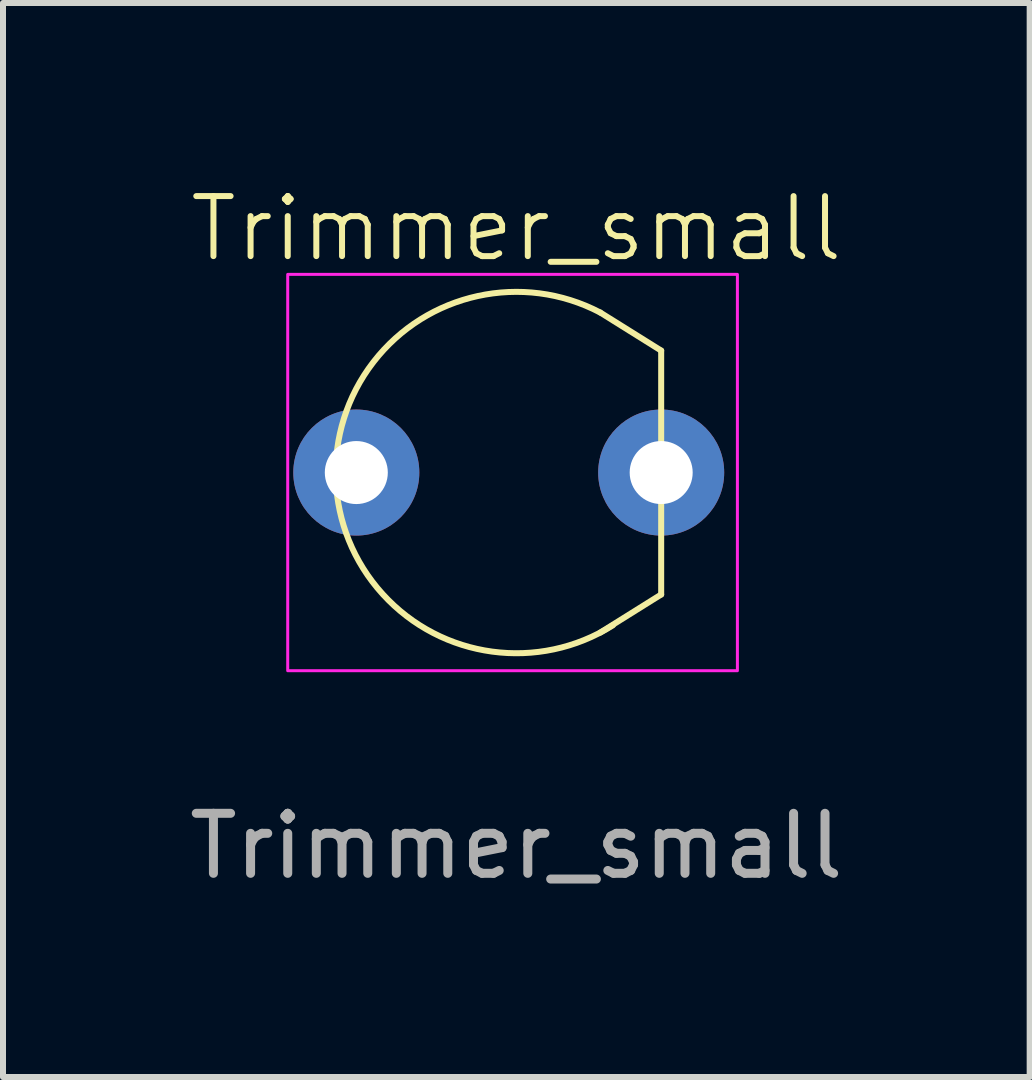
<source format=kicad_pcb>
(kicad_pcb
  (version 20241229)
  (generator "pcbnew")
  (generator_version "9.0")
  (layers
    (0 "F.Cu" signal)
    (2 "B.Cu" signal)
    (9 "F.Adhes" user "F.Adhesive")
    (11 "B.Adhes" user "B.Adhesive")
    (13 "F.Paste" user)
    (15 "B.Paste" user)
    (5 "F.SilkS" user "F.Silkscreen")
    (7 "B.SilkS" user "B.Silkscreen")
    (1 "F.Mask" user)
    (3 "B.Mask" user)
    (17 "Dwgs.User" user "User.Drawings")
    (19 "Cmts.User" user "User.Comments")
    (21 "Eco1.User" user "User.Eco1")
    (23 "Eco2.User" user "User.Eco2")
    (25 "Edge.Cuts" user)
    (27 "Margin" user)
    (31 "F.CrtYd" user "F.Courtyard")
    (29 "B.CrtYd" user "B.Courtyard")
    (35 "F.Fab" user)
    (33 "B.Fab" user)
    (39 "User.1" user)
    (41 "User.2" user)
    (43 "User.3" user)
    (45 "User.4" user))
  (footprint "Trimmer_small"
    (layer "F.Cu")
    (at 5.554 4.824)
    (property "Reference" "Trimmer_small" (at 0 -4.064 0) (unlocked yes) (layer "F.SilkS") (effects (font (size 1 1) (thickness 0.1))))
    (attr through_hole)
    (fp_line (start 1.397 -2.667) (end 2.413 -2.032) (stroke (width 0.1) (type default)) (layer "F.SilkS"))
    (fp_line (start 1.397 2.667) (end 2.413 2.032) (stroke (width 0.1) (type default)) (layer "F.SilkS"))
    (fp_line (start 2.413 -2.032) (end 2.413 0) (stroke (width 0.1) (type default)) (layer "F.SilkS"))
    (fp_line (start 2.413 2.032) (end 2.413 0) (stroke (width 0.1) (type default)) (layer "F.SilkS"))
    (fp_arc (start 1.607709 2.545539) (mid -3.008273 0.121605) (end 1.397 -2.667) (stroke (width 0.1) (type default)) (layer "F.SilkS"))
    (fp_rect (start -3.81 -3.302) (end 3.683 3.302) (stroke (width 0.05) (type default)) (fill no) (layer "F.CrtYd"))
    (fp_text user "${REFERENCE}" (at 0 6.223 0) (unlocked yes) (layer "F.Fab") (effects (font (size 1 1) (thickness 0.15))))
    (pad "1" thru_hole circle (at -2.667 0) (size 2.1 2.1) (drill 1.05) (layers "*.Cu" "*.Mask"))
    (pad "2" thru_hole circle (at 2.413 0) (size 2.1 2.1) (drill 1.05) (layers "*.Cu" "*.Mask")))
  (gr_rect
    (start -3 -3)
    (end 14.107 14.896)
    (stroke (width 0.1) (type default))
    (fill no)
    (layer "Edge.Cuts")))
</source>
